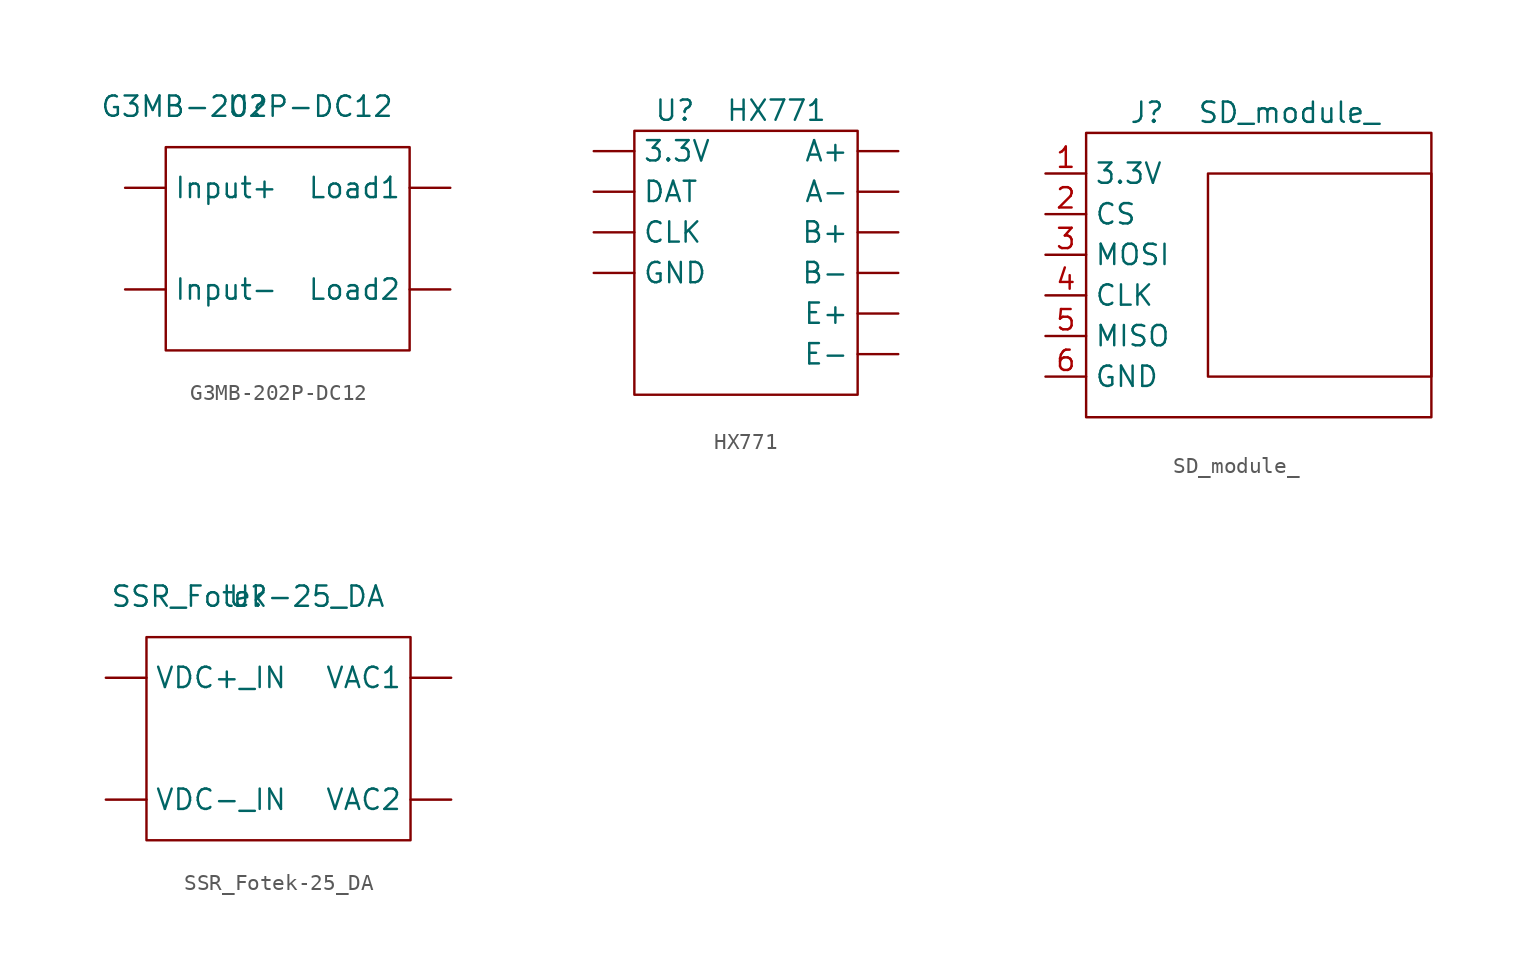
<source format=kicad_sym>
(kicad_symbol_lib
  (version 20211014)
  (generator kicad_symbol_editor)
  (symbol "G3MB-202P-DC12"
    (property "Reference" "U"
      (at 0 0 0)
      (effects (font (size 1.27 1.27))))
    (property "Value" "G3MB-202P-DC12"
      (at 0 0 0)
      (effects (font (size 1.27 1.27))))
    (symbol "G3MB-202P-DC12_0_1"
      (rectangle (start -5.08 -2.54) (end 10.16 -15.24) (stroke (width 0.152) (type default) (color 0 0 0 0)) (fill (type none))))
    (symbol "G3MB-202P-DC12_1_1"
      (pin input line (at -7.62 -5.08 0) (length 2.54) (name "Input+" (effects (font (size 1.27 1.27)))) (number "" (effects (font (size 1.27 1.27)))))
      (pin input line (at -7.62 -11.43 0) (length 2.54) (name "Input-" (effects (font (size 1.27 1.27)))) (number "" (effects (font (size 1.27 1.27)))))
      (pin output line (at 12.7 -5.08 180) (length 2.54) (name "Load1" (effects (font (size 1.27 1.27)))) (number "" (effects (font (size 1.27 1.27)))))
      (pin bidirectional line (at 12.7 -11.43 180) (length 2.54) (name "Load2" (effects (font (size 1.27 1.27)))) (number "" (effects (font (size 1.27 1.27)))))))
  (symbol "HX771"
    (property "Reference" "U"
      (at 0 0 0)
      (effects (font (size 1.27 1.27))))
    (property "Value" "HX771"
      (at 6.35 0 0)
      (effects (font (size 1.27 1.27))))
    (symbol "HX771_0_1"
      (rectangle (start -2.54 -1.27) (end 11.43 -17.78) (stroke (width 0.152) (type default) (color 0 0 0 0)) (fill (type none))))
    (symbol "HX771_1_1"
      (pin input line (at -5.08 -2.54 0) (length 2.54) (name "3.3V" (effects (font (size 1.27 1.27)))) (number "" (effects (font (size 1.27 1.27)))))
      (pin input line (at 13.97 -2.54 180) (length 2.54) (name "A+" (effects (font (size 1.27 1.27)))) (number "" (effects (font (size 1.27 1.27)))))
      (pin input line (at 13.97 -5.08 180) (length 2.54) (name "A-" (effects (font (size 1.27 1.27)))) (number "" (effects (font (size 1.27 1.27)))))
      (pin input line (at 13.97 -7.62 180) (length 2.54) (name "B+" (effects (font (size 1.27 1.27)))) (number "" (effects (font (size 1.27 1.27)))))
      (pin input line (at 13.97 -10.16 180) (length 2.54) (name "B-" (effects (font (size 1.27 1.27)))) (number "" (effects (font (size 1.27 1.27)))))
      (pin input line (at -5.08 -7.62 0) (length 2.54) (name "CLK" (effects (font (size 1.27 1.27)))) (number "" (effects (font (size 1.27 1.27)))))
      (pin output line (at -5.08 -5.08 0) (length 2.54) (name "DAT" (effects (font (size 1.27 1.27)))) (number "" (effects (font (size 1.27 1.27)))))
      (pin input line (at 13.97 -12.7 180) (length 2.54) (name "E+" (effects (font (size 1.27 1.27)))) (number "" (effects (font (size 1.27 1.27)))))
      (pin input line (at 13.97 -15.24 180) (length 2.54) (name "E-" (effects (font (size 1.27 1.27)))) (number "" (effects (font (size 1.27 1.27)))))
      (pin input line (at -5.08 -10.16 0) (length 2.54) (name "GND" (effects (font (size 1.27 1.27)))) (number "" (effects (font (size 1.27 1.27)))))))
  (symbol "SD_module_"
    (property "Reference" "J"
      (at 0 0 0)
      (effects (font (size 1.27 1.27))))
    (property "Value" "SD_module_"
      (at 8.89 0 0)
      (effects (font (size 1.27 1.27))))
    (symbol "SD_module__0_1"
      (rectangle (start -3.81 -1.27) (end 17.78 -19.05) (stroke (width 0.152) (type default) (color 0 0 0 0)) (fill (type none)))
      (rectangle (start 17.78 -3.81) (end 3.81 -16.51) (stroke (width 0.152) (type default) (color 0 0 0 0)) (fill (type none))))
    (symbol "SD_module__1_1"
      (pin input line (at -6.35 -3.81 0) (length 2.54) (name "3.3V" (effects (font (size 1.27 1.27)))) (number "1" (effects (font (size 1.27 1.27)))))
      (pin bidirectional line (at -6.35 -6.35 0) (length 2.54) (name "CS" (effects (font (size 1.27 1.27)))) (number "2" (effects (font (size 1.27 1.27)))))
      (pin bidirectional line (at -6.35 -8.89 0) (length 2.54) (name "MOSI" (effects (font (size 1.27 1.27)))) (number "3" (effects (font (size 1.27 1.27)))))
      (pin bidirectional line (at -6.35 -11.43 0) (length 2.54) (name "CLK" (effects (font (size 1.27 1.27)))) (number "4" (effects (font (size 1.27 1.27)))))
      (pin bidirectional line (at -6.35 -13.97 0) (length 2.54) (name "MISO" (effects (font (size 1.27 1.27)))) (number "5" (effects (font (size 1.27 1.27)))))
      (pin input line (at -6.35 -16.51 0) (length 2.54) (name "GND" (effects (font (size 1.27 1.27)))) (number "6" (effects (font (size 1.27 1.27)))))))
  (symbol "SSR_Fotek-25_DA"
    (property "Reference" "U"
      (at 0 0 0)
      (effects (font (size 1.27 1.27))))
    (property "Value" "SSR_Fotek-25_DA"
      (at 0 0 0)
      (effects (font (size 1.27 1.27))))
    (symbol "SSR_Fotek-25_DA_0_1"
      (rectangle (start -6.35 -2.54) (end 10.16 -15.24) (stroke (width 0.152) (type default) (color 0 0 0 0)) (fill (type none))))
    (symbol "SSR_Fotek-25_DA_1_1"
      (pin output line (at 12.7 -5.08 180) (length 2.54) (name "VAC1" (effects (font (size 1.27 1.27)))) (number "" (effects (font (size 1.27 1.27)))))
      (pin output line (at 12.7 -12.7 180) (length 2.54) (name "VAC2" (effects (font (size 1.27 1.27)))) (number "" (effects (font (size 1.27 1.27)))))
      (pin input line (at -8.89 -5.08 0) (length 2.54) (name "VDC+_IN" (effects (font (size 1.27 1.27)))) (number "" (effects (font (size 1.27 1.27)))))
      (pin input line (at -8.89 -12.7 0) (length 2.54) (name "VDC-_IN" (effects (font (size 1.27 1.27)))) (number "" (effects (font (size 1.27 1.27))))))))
</source>
